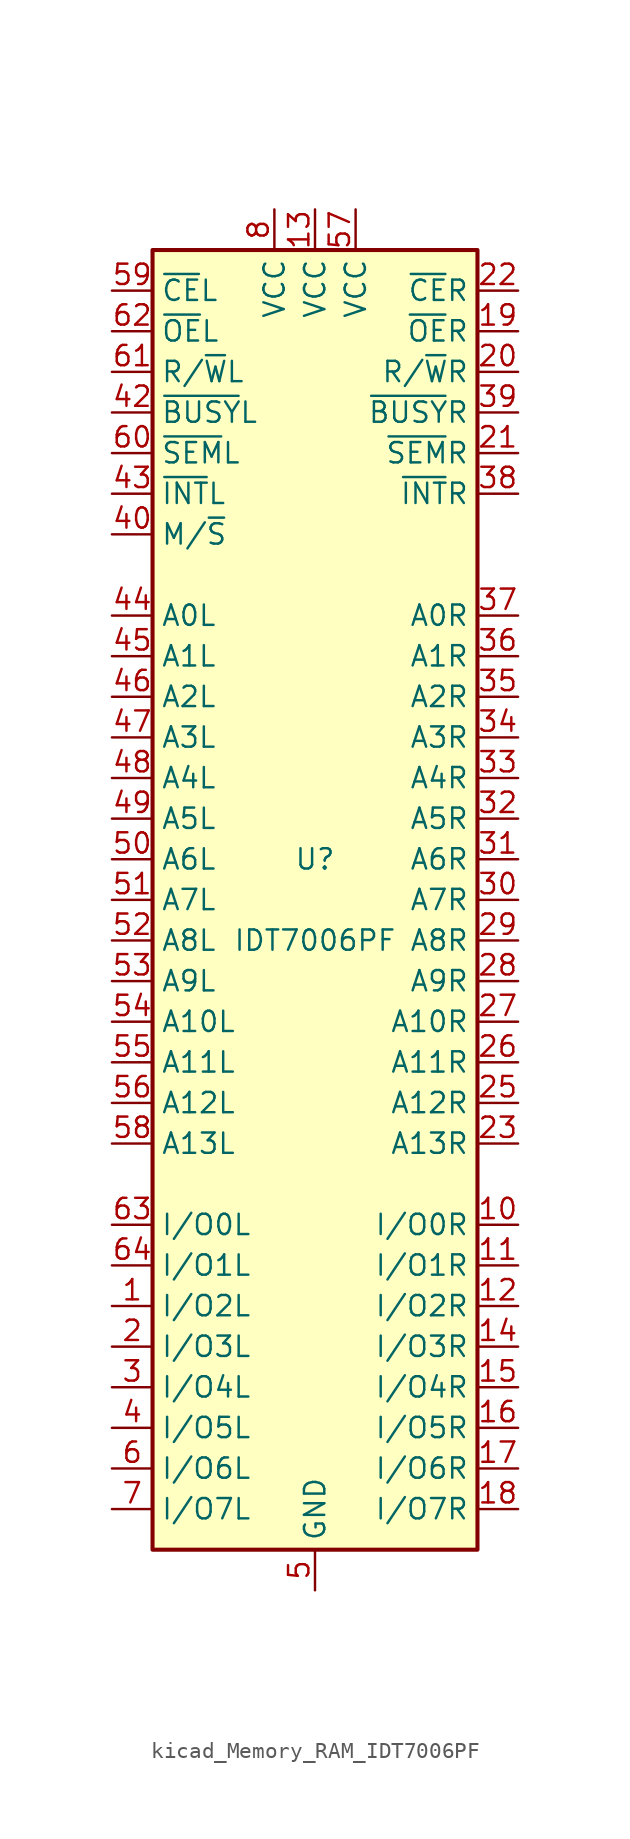
<source format=kicad_sym>
(kicad_symbol_lib
  (version 20220914)
  (generator kicad_symbol_editor)
  (symbol "kicad_Memory_RAM_IDT7006PF"
    (property "Reference" "U"
      (at 0 2.54 0)
      (effects (font (size 1.27 1.27))))
    (property "Value" "IDT7006PF"
      (at 0 -2.54 0)
      (effects (font (size 1.27 1.27))))
    (symbol "kicad_Memory_RAM_IDT7006PF_0_1"
      (rectangle (start -10.16 -40.64) (end 10.16 40.64) (stroke (width 0.254) (type default)) (fill (type background))))
    (symbol "kicad_Memory_RAM_IDT7006PF_1_1"
      (pin bidirectional line (at -12.7 -25.4 0) (length 2.54) (name "I/O2L" (effects (font (size 1.27 1.27)))) (number "1" (effects (font (size 1.27 1.27)))))
      (pin bidirectional line (at 12.7 -20.32 180) (length 2.54) (name "I/O0R" (effects (font (size 1.27 1.27)))) (number "10" (effects (font (size 1.27 1.27)))))
      (pin bidirectional line (at 12.7 -22.86 180) (length 2.54) (name "I/O1R" (effects (font (size 1.27 1.27)))) (number "11" (effects (font (size 1.27 1.27)))))
      (pin bidirectional line (at 12.7 -25.4 180) (length 2.54) (name "I/O2R" (effects (font (size 1.27 1.27)))) (number "12" (effects (font (size 1.27 1.27)))))
      (pin power_in line (at 0 43.18 270) (length 2.54) (name "VCC" (effects (font (size 1.27 1.27)))) (number "13" (effects (font (size 1.27 1.27)))))
      (pin bidirectional line (at 12.7 -27.94 180) (length 2.54) (name "I/O3R" (effects (font (size 1.27 1.27)))) (number "14" (effects (font (size 1.27 1.27)))))
      (pin bidirectional line (at 12.7 -30.48 180) (length 2.54) (name "I/O4R" (effects (font (size 1.27 1.27)))) (number "15" (effects (font (size 1.27 1.27)))))
      (pin bidirectional line (at 12.7 -33.02 180) (length 2.54) (name "I/O5R" (effects (font (size 1.27 1.27)))) (number "16" (effects (font (size 1.27 1.27)))))
      (pin bidirectional line (at 12.7 -35.56 180) (length 2.54) (name "I/O6R" (effects (font (size 1.27 1.27)))) (number "17" (effects (font (size 1.27 1.27)))))
      (pin bidirectional line (at 12.7 -38.1 180) (length 2.54) (name "I/O7R" (effects (font (size 1.27 1.27)))) (number "18" (effects (font (size 1.27 1.27)))))
      (pin input line (at 12.7 35.56 180) (length 2.54) (name "~{OE}R" (effects (font (size 1.27 1.27)))) (number "19" (effects (font (size 1.27 1.27)))))
      (pin bidirectional line (at -12.7 -27.94 0) (length 2.54) (name "I/O3L" (effects (font (size 1.27 1.27)))) (number "2" (effects (font (size 1.27 1.27)))))
      (pin input line (at 12.7 33.02 180) (length 2.54) (name "R/~{W}R" (effects (font (size 1.27 1.27)))) (number "20" (effects (font (size 1.27 1.27)))))
      (pin input line (at 12.7 27.94 180) (length 2.54) (name "~{SEM}R" (effects (font (size 1.27 1.27)))) (number "21" (effects (font (size 1.27 1.27)))))
      (pin input line (at 12.7 38.1 180) (length 2.54) (name "~{CE}R" (effects (font (size 1.27 1.27)))) (number "22" (effects (font (size 1.27 1.27)))))
      (pin input line (at 12.7 -15.24 180) (length 2.54) (name "A13R" (effects (font (size 1.27 1.27)))) (number "23" (effects (font (size 1.27 1.27)))))
      (pin passive line (at 0 -43.18 90) (length 2.54) hide (name "GND" (effects (font (size 1.27 1.27)))) (number "24" (effects (font (size 1.27 1.27)))))
      (pin input line (at 12.7 -12.7 180) (length 2.54) (name "A12R" (effects (font (size 1.27 1.27)))) (number "25" (effects (font (size 1.27 1.27)))))
      (pin input line (at 12.7 -10.16 180) (length 2.54) (name "A11R" (effects (font (size 1.27 1.27)))) (number "26" (effects (font (size 1.27 1.27)))))
      (pin input line (at 12.7 -7.62 180) (length 2.54) (name "A10R" (effects (font (size 1.27 1.27)))) (number "27" (effects (font (size 1.27 1.27)))))
      (pin input line (at 12.7 -5.08 180) (length 2.54) (name "A9R" (effects (font (size 1.27 1.27)))) (number "28" (effects (font (size 1.27 1.27)))))
      (pin input line (at 12.7 -2.54 180) (length 2.54) (name "A8R" (effects (font (size 1.27 1.27)))) (number "29" (effects (font (size 1.27 1.27)))))
      (pin bidirectional line (at -12.7 -30.48 0) (length 2.54) (name "I/O4L" (effects (font (size 1.27 1.27)))) (number "3" (effects (font (size 1.27 1.27)))))
      (pin input line (at 12.7 0 180) (length 2.54) (name "A7R" (effects (font (size 1.27 1.27)))) (number "30" (effects (font (size 1.27 1.27)))))
      (pin input line (at 12.7 2.54 180) (length 2.54) (name "A6R" (effects (font (size 1.27 1.27)))) (number "31" (effects (font (size 1.27 1.27)))))
      (pin input line (at 12.7 5.08 180) (length 2.54) (name "A5R" (effects (font (size 1.27 1.27)))) (number "32" (effects (font (size 1.27 1.27)))))
      (pin input line (at 12.7 7.62 180) (length 2.54) (name "A4R" (effects (font (size 1.27 1.27)))) (number "33" (effects (font (size 1.27 1.27)))))
      (pin input line (at 12.7 10.16 180) (length 2.54) (name "A3R" (effects (font (size 1.27 1.27)))) (number "34" (effects (font (size 1.27 1.27)))))
      (pin input line (at 12.7 12.7 180) (length 2.54) (name "A2R" (effects (font (size 1.27 1.27)))) (number "35" (effects (font (size 1.27 1.27)))))
      (pin input line (at 12.7 15.24 180) (length 2.54) (name "A1R" (effects (font (size 1.27 1.27)))) (number "36" (effects (font (size 1.27 1.27)))))
      (pin input line (at 12.7 17.78 180) (length 2.54) (name "A0R" (effects (font (size 1.27 1.27)))) (number "37" (effects (font (size 1.27 1.27)))))
      (pin output line (at 12.7 25.4 180) (length 2.54) (name "~{INT}R" (effects (font (size 1.27 1.27)))) (number "38" (effects (font (size 1.27 1.27)))))
      (pin output line (at 12.7 30.48 180) (length 2.54) (name "~{BUSY}R" (effects (font (size 1.27 1.27)))) (number "39" (effects (font (size 1.27 1.27)))))
      (pin bidirectional line (at -12.7 -33.02 0) (length 2.54) (name "I/O5L" (effects (font (size 1.27 1.27)))) (number "4" (effects (font (size 1.27 1.27)))))
      (pin input line (at -12.7 22.86 0) (length 2.54) (name "M/~{S}" (effects (font (size 1.27 1.27)))) (number "40" (effects (font (size 1.27 1.27)))))
      (pin passive line (at 0 -43.18 90) (length 2.54) hide (name "GND" (effects (font (size 1.27 1.27)))) (number "41" (effects (font (size 1.27 1.27)))))
      (pin output line (at -12.7 30.48 0) (length 2.54) (name "~{BUSY}L" (effects (font (size 1.27 1.27)))) (number "42" (effects (font (size 1.27 1.27)))))
      (pin output line (at -12.7 25.4 0) (length 2.54) (name "~{INT}L" (effects (font (size 1.27 1.27)))) (number "43" (effects (font (size 1.27 1.27)))))
      (pin input line (at -12.7 17.78 0) (length 2.54) (name "A0L" (effects (font (size 1.27 1.27)))) (number "44" (effects (font (size 1.27 1.27)))))
      (pin input line (at -12.7 15.24 0) (length 2.54) (name "A1L" (effects (font (size 1.27 1.27)))) (number "45" (effects (font (size 1.27 1.27)))))
      (pin input line (at -12.7 12.7 0) (length 2.54) (name "A2L" (effects (font (size 1.27 1.27)))) (number "46" (effects (font (size 1.27 1.27)))))
      (pin input line (at -12.7 10.16 0) (length 2.54) (name "A3L" (effects (font (size 1.27 1.27)))) (number "47" (effects (font (size 1.27 1.27)))))
      (pin input line (at -12.7 7.62 0) (length 2.54) (name "A4L" (effects (font (size 1.27 1.27)))) (number "48" (effects (font (size 1.27 1.27)))))
      (pin input line (at -12.7 5.08 0) (length 2.54) (name "A5L" (effects (font (size 1.27 1.27)))) (number "49" (effects (font (size 1.27 1.27)))))
      (pin power_in line (at 0 -43.18 90) (length 2.54) (name "GND" (effects (font (size 1.27 1.27)))) (number "5" (effects (font (size 1.27 1.27)))))
      (pin input line (at -12.7 2.54 0) (length 2.54) (name "A6L" (effects (font (size 1.27 1.27)))) (number "50" (effects (font (size 1.27 1.27)))))
      (pin input line (at -12.7 0 0) (length 2.54) (name "A7L" (effects (font (size 1.27 1.27)))) (number "51" (effects (font (size 1.27 1.27)))))
      (pin input line (at -12.7 -2.54 0) (length 2.54) (name "A8L" (effects (font (size 1.27 1.27)))) (number "52" (effects (font (size 1.27 1.27)))))
      (pin input line (at -12.7 -5.08 0) (length 2.54) (name "A9L" (effects (font (size 1.27 1.27)))) (number "53" (effects (font (size 1.27 1.27)))))
      (pin input line (at -12.7 -7.62 0) (length 2.54) (name "A10L" (effects (font (size 1.27 1.27)))) (number "54" (effects (font (size 1.27 1.27)))))
      (pin input line (at -12.7 -10.16 0) (length 2.54) (name "A11L" (effects (font (size 1.27 1.27)))) (number "55" (effects (font (size 1.27 1.27)))))
      (pin input line (at -12.7 -12.7 0) (length 2.54) (name "A12L" (effects (font (size 1.27 1.27)))) (number "56" (effects (font (size 1.27 1.27)))))
      (pin power_in line (at 2.54 43.18 270) (length 2.54) (name "VCC" (effects (font (size 1.27 1.27)))) (number "57" (effects (font (size 1.27 1.27)))))
      (pin input line (at -12.7 -15.24 0) (length 2.54) (name "A13L" (effects (font (size 1.27 1.27)))) (number "58" (effects (font (size 1.27 1.27)))))
      (pin input line (at -12.7 38.1 0) (length 2.54) (name "~{CE}L" (effects (font (size 1.27 1.27)))) (number "59" (effects (font (size 1.27 1.27)))))
      (pin bidirectional line (at -12.7 -35.56 0) (length 2.54) (name "I/O6L" (effects (font (size 1.27 1.27)))) (number "6" (effects (font (size 1.27 1.27)))))
      (pin input line (at -12.7 27.94 0) (length 2.54) (name "~{SEM}L" (effects (font (size 1.27 1.27)))) (number "60" (effects (font (size 1.27 1.27)))))
      (pin input line (at -12.7 33.02 0) (length 2.54) (name "R/~{W}L" (effects (font (size 1.27 1.27)))) (number "61" (effects (font (size 1.27 1.27)))))
      (pin input line (at -12.7 35.56 0) (length 2.54) (name "~{OE}L" (effects (font (size 1.27 1.27)))) (number "62" (effects (font (size 1.27 1.27)))))
      (pin bidirectional line (at -12.7 -20.32 0) (length 2.54) (name "I/O0L" (effects (font (size 1.27 1.27)))) (number "63" (effects (font (size 1.27 1.27)))))
      (pin bidirectional line (at -12.7 -22.86 0) (length 2.54) (name "I/O1L" (effects (font (size 1.27 1.27)))) (number "64" (effects (font (size 1.27 1.27)))))
      (pin bidirectional line (at -12.7 -38.1 0) (length 2.54) (name "I/O7L" (effects (font (size 1.27 1.27)))) (number "7" (effects (font (size 1.27 1.27)))))
      (pin power_in line (at -2.54 43.18 270) (length 2.54) (name "VCC" (effects (font (size 1.27 1.27)))) (number "8" (effects (font (size 1.27 1.27)))))
      (pin passive line (at 0 -43.18 90) (length 2.54) hide (name "GND" (effects (font (size 1.27 1.27)))) (number "9" (effects (font (size 1.27 1.27))))))))
</source>
